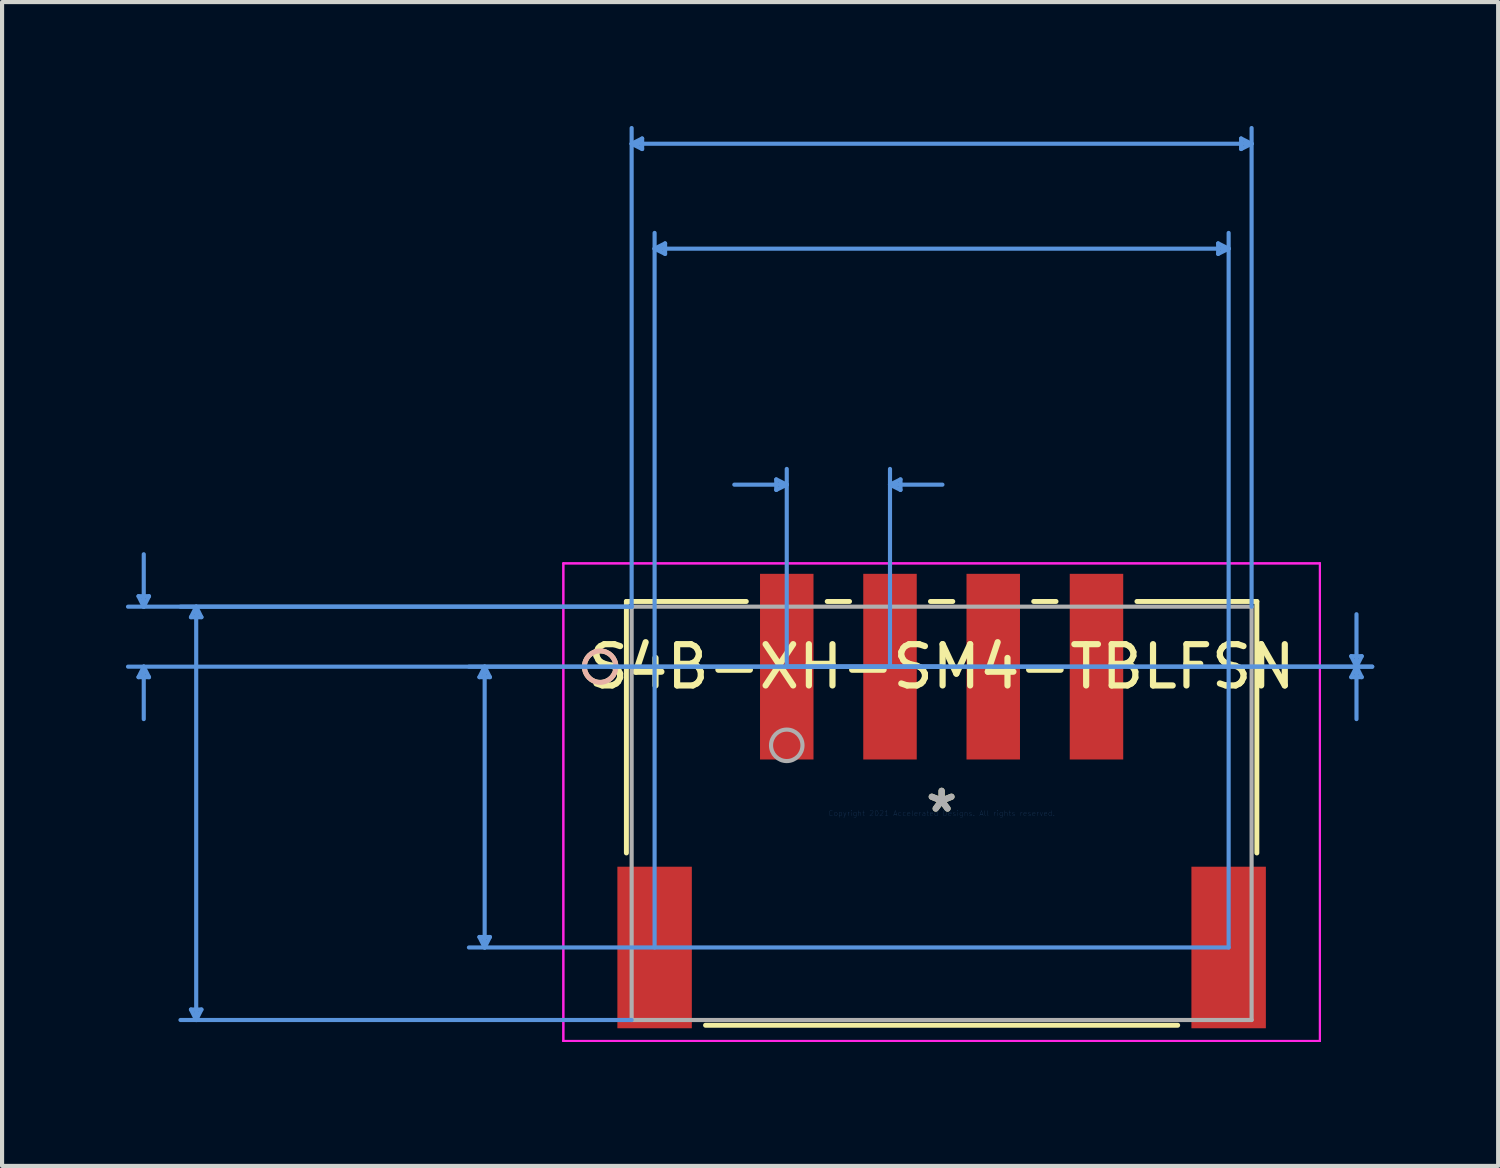
<source format=kicad_pcb>
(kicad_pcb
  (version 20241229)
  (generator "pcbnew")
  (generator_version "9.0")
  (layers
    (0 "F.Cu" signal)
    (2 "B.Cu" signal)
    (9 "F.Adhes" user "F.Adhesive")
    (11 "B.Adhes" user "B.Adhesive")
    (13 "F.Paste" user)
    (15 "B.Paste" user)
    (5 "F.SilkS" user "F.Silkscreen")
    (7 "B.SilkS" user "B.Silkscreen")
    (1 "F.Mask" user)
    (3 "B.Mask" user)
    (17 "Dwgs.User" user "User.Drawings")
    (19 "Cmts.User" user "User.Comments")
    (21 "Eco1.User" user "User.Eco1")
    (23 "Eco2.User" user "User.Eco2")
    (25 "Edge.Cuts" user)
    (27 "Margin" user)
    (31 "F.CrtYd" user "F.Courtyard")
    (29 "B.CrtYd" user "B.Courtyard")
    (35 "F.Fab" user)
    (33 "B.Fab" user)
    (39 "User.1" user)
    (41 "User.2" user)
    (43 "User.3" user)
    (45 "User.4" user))
  (footprint "S4B-XH-SM4-TBLFSN"
    (layer "F.Cu")
    (at 19.751 16.645)
    (property "Reference" "S4B-XH-SM4-TBLFSN" (at 0 -3.552 0) (layer "F.SilkS") (effects (font (size 1 1) (thickness 0.15))))
    (attr through_hole)
    (fp_line (start -7.633 -5.131) (end -7.633 0.959) (stroke (width 0.12) (type solid)) (layer "F.SilkS"))
    (fp_line (start -5.716 5.131) (end 5.716 5.131) (stroke (width 0.12) (type solid)) (layer "F.SilkS"))
    (fp_line (start -4.73 -5.131) (end -7.633 -5.131) (stroke (width 0.12) (type solid)) (layer "F.SilkS"))
    (fp_line (start -2.23 -5.131) (end -2.77 -5.131) (stroke (width 0.12) (type solid)) (layer "F.SilkS"))
    (fp_line (start 0.27 -5.131) (end -0.27 -5.131) (stroke (width 0.12) (type solid)) (layer "F.SilkS"))
    (fp_line (start 2.77 -5.131) (end 2.23 -5.131) (stroke (width 0.12) (type solid)) (layer "F.SilkS"))
    (fp_line (start 7.633 -5.131) (end 4.73 -5.131) (stroke (width 0.12) (type solid)) (layer "F.SilkS"))
    (fp_line (start 7.633 0.959) (end 7.633 -5.131) (stroke (width 0.12) (type solid)) (layer "F.SilkS"))
    (fp_circle (center -8.268 -3.552) (end -7.887 -3.552) (stroke (width 0.12) (type solid)) (fill no) (layer "F.SilkS"))
    (fp_circle (center -8.268 -3.552) (end -7.887 -3.552) (stroke (width 0.12) (type solid)) (fill no) (layer "B.SilkS"))
    (fp_line (start -19.447 -5.258) (end -19.193 -5.258) (stroke (width 0.1) (type solid)) (layer "Cmts.User"))
    (fp_line (start -19.447 -3.298) (end -19.193 -3.298) (stroke (width 0.1) (type solid)) (layer "Cmts.User"))
    (fp_line (start -19.32 -5.004) (end -19.447 -5.258) (stroke (width 0.1) (type solid)) (layer "Cmts.User"))
    (fp_line (start -19.32 -5.004) (end -19.32 -6.274) (stroke (width 0.1) (type solid)) (layer "Cmts.User"))
    (fp_line (start -19.32 -5.004) (end -19.193 -5.258) (stroke (width 0.1) (type solid)) (layer "Cmts.User"))
    (fp_line (start -19.32 -3.552) (end -19.447 -3.298) (stroke (width 0.1) (type solid)) (layer "Cmts.User"))
    (fp_line (start -19.32 -3.552) (end -19.32 -2.282) (stroke (width 0.1) (type solid)) (layer "Cmts.User"))
    (fp_line (start -19.32 -3.552) (end -19.193 -3.298) (stroke (width 0.1) (type solid)) (layer "Cmts.User"))
    (fp_line (start -18.177 -4.75) (end -17.923 -4.75) (stroke (width 0.1) (type solid)) (layer "Cmts.User"))
    (fp_line (start -18.177 4.75) (end -17.923 4.75) (stroke (width 0.1) (type solid)) (layer "Cmts.User"))
    (fp_line (start -18.05 -5.004) (end -18.177 -4.75) (stroke (width 0.1) (type solid)) (layer "Cmts.User"))
    (fp_line (start -18.05 -5.004) (end -18.05 5.004) (stroke (width 0.1) (type solid)) (layer "Cmts.User"))
    (fp_line (start -18.05 -5.004) (end -17.923 -4.75) (stroke (width 0.1) (type solid)) (layer "Cmts.User"))
    (fp_line (start -18.05 5.004) (end -18.177 4.75) (stroke (width 0.1) (type solid)) (layer "Cmts.User"))
    (fp_line (start -18.05 5.004) (end -17.923 4.75) (stroke (width 0.1) (type solid)) (layer "Cmts.User"))
    (fp_line (start -11.192 -3.298) (end -10.938 -3.298) (stroke (width 0.1) (type solid)) (layer "Cmts.User"))
    (fp_line (start -11.192 2.994) (end -10.938 2.994) (stroke (width 0.1) (type solid)) (layer "Cmts.User"))
    (fp_line (start -11.065 -3.552) (end -11.192 -3.298) (stroke (width 0.1) (type solid)) (layer "Cmts.User"))
    (fp_line (start -11.065 -3.552) (end -11.065 3.248) (stroke (width 0.1) (type solid)) (layer "Cmts.User"))
    (fp_line (start -11.065 -3.552) (end -10.938 -3.298) (stroke (width 0.1) (type solid)) (layer "Cmts.User"))
    (fp_line (start -11.065 3.248) (end -11.192 2.994) (stroke (width 0.1) (type solid)) (layer "Cmts.User"))
    (fp_line (start -11.065 3.248) (end -10.938 2.994) (stroke (width 0.1) (type solid)) (layer "Cmts.User"))
    (fp_line (start -7.506 -16.214) (end -7.252 -16.341) (stroke (width 0.1) (type solid)) (layer "Cmts.User"))
    (fp_line (start -7.506 -16.214) (end -7.252 -16.087) (stroke (width 0.1) (type solid)) (layer "Cmts.User"))
    (fp_line (start -7.506 -16.214) (end 7.506 -16.214) (stroke (width 0.1) (type solid)) (layer "Cmts.User"))
    (fp_line (start -7.506 -5.004) (end -19.701 -5.004) (stroke (width 0.1) (type solid)) (layer "Cmts.User"))
    (fp_line (start -7.506 -5.004) (end -18.431 -5.004) (stroke (width 0.1) (type solid)) (layer "Cmts.User"))
    (fp_line (start -7.506 -5.004) (end -7.506 -16.595) (stroke (width 0.1) (type solid)) (layer "Cmts.User"))
    (fp_line (start -7.506 5.004) (end -18.431 5.004) (stroke (width 0.1) (type solid)) (layer "Cmts.User"))
    (fp_line (start -7.252 -16.341) (end -7.252 -16.087) (stroke (width 0.1) (type solid)) (layer "Cmts.User"))
    (fp_line (start -6.95 -13.674) (end -6.696 -13.801) (stroke (width 0.1) (type solid)) (layer "Cmts.User"))
    (fp_line (start -6.95 -13.674) (end -6.696 -13.547) (stroke (width 0.1) (type solid)) (layer "Cmts.User"))
    (fp_line (start -6.95 -13.674) (end 6.95 -13.674) (stroke (width 0.1) (type solid)) (layer "Cmts.User"))
    (fp_line (start -6.95 3.248) (end -6.95 -14.055) (stroke (width 0.1) (type solid)) (layer "Cmts.User"))
    (fp_line (start -6.696 -13.801) (end -6.696 -13.547) (stroke (width 0.1) (type solid)) (layer "Cmts.User"))
    (fp_line (start -4.004 -8.086) (end -4.004 -7.832) (stroke (width 0.1) (type solid)) (layer "Cmts.User"))
    (fp_line (start -3.75 -7.959) (end -5.02 -7.959) (stroke (width 0.1) (type solid)) (layer "Cmts.User"))
    (fp_line (start -3.75 -7.959) (end -4.004 -8.086) (stroke (width 0.1) (type solid)) (layer "Cmts.User"))
    (fp_line (start -3.75 -7.959) (end -4.004 -7.832) (stroke (width 0.1) (type solid)) (layer "Cmts.User"))
    (fp_line (start -3.75 -3.552) (end -3.75 -8.34) (stroke (width 0.1) (type solid)) (layer "Cmts.User"))
    (fp_line (start -3.75 -3.552) (end 10.427 -3.552) (stroke (width 0.1) (type solid)) (layer "Cmts.User"))
    (fp_line (start -3.75 -3.552) (end 10.427 -3.552) (stroke (width 0.1) (type solid)) (layer "Cmts.User"))
    (fp_line (start -1.25 -7.959) (end -0.996 -8.086) (stroke (width 0.1) (type solid)) (layer "Cmts.User"))
    (fp_line (start -1.25 -7.959) (end -0.996 -7.832) (stroke (width 0.1) (type solid)) (layer "Cmts.User"))
    (fp_line (start -1.25 -7.959) (end 0.02 -7.959) (stroke (width 0.1) (type solid)) (layer "Cmts.User"))
    (fp_line (start -1.25 -3.552) (end -1.25 -8.34) (stroke (width 0.1) (type solid)) (layer "Cmts.User"))
    (fp_line (start -0.996 -8.086) (end -0.996 -7.832) (stroke (width 0.1) (type solid)) (layer "Cmts.User"))
    (fp_line (start 0 -3.552) (end -19.701 -3.552) (stroke (width 0.1) (type solid)) (layer "Cmts.User"))
    (fp_line (start 0 -3.552) (end -11.446 -3.552) (stroke (width 0.1) (type solid)) (layer "Cmts.User"))
    (fp_line (start 6.696 -13.801) (end 6.696 -13.547) (stroke (width 0.1) (type solid)) (layer "Cmts.User"))
    (fp_line (start 6.95 -13.674) (end 6.696 -13.801) (stroke (width 0.1) (type solid)) (layer "Cmts.User"))
    (fp_line (start 6.95 -13.674) (end 6.696 -13.547) (stroke (width 0.1) (type solid)) (layer "Cmts.User"))
    (fp_line (start 6.95 3.248) (end -11.446 3.248) (stroke (width 0.1) (type solid)) (layer "Cmts.User"))
    (fp_line (start 6.95 3.248) (end 6.95 -14.055) (stroke (width 0.1) (type solid)) (layer "Cmts.User"))
    (fp_line (start 7.252 -16.341) (end 7.252 -16.087) (stroke (width 0.1) (type solid)) (layer "Cmts.User"))
    (fp_line (start 7.506 -16.214) (end 7.252 -16.341) (stroke (width 0.1) (type solid)) (layer "Cmts.User"))
    (fp_line (start 7.506 -16.214) (end 7.252 -16.087) (stroke (width 0.1) (type solid)) (layer "Cmts.User"))
    (fp_line (start 7.506 -5.004) (end 7.506 -16.595) (stroke (width 0.1) (type solid)) (layer "Cmts.User"))
    (fp_line (start 9.919 -3.806) (end 10.173 -3.806) (stroke (width 0.1) (type solid)) (layer "Cmts.User"))
    (fp_line (start 9.919 -3.298) (end 10.173 -3.298) (stroke (width 0.1) (type solid)) (layer "Cmts.User"))
    (fp_line (start 10.046 -3.552) (end 9.919 -3.806) (stroke (width 0.1) (type solid)) (layer "Cmts.User"))
    (fp_line (start 10.046 -3.552) (end 9.919 -3.298) (stroke (width 0.1) (type solid)) (layer "Cmts.User"))
    (fp_line (start 10.046 -3.552) (end 10.046 -4.822) (stroke (width 0.1) (type solid)) (layer "Cmts.User"))
    (fp_line (start 10.046 -3.552) (end 10.046 -2.282) (stroke (width 0.1) (type solid)) (layer "Cmts.User"))
    (fp_line (start 10.046 -3.552) (end 10.173 -3.806) (stroke (width 0.1) (type solid)) (layer "Cmts.User"))
    (fp_line (start 10.046 -3.552) (end 10.173 -3.298) (stroke (width 0.1) (type solid)) (layer "Cmts.User"))
    (fp_line (start -9.16 -6.054) (end -9.16 5.512) (stroke (width 0.05) (type solid)) (layer "F.CrtYd"))
    (fp_line (start -9.16 -6.054) (end -9.16 5.512) (stroke (width 0.05) (type solid)) (layer "F.CrtYd"))
    (fp_line (start -9.16 5.512) (end 9.16 5.512) (stroke (width 0.05) (type solid)) (layer "F.CrtYd"))
    (fp_line (start -9.16 5.512) (end 9.16 5.512) (stroke (width 0.05) (type solid)) (layer "F.CrtYd"))
    (fp_line (start 9.16 -6.054) (end -9.16 -6.054) (stroke (width 0.05) (type solid)) (layer "F.CrtYd"))
    (fp_line (start 9.16 -6.054) (end -9.16 -6.054) (stroke (width 0.05) (type solid)) (layer "F.CrtYd"))
    (fp_line (start 9.16 5.512) (end 9.16 -6.054) (stroke (width 0.05) (type solid)) (layer "F.CrtYd"))
    (fp_line (start 9.16 5.512) (end 9.16 -6.054) (stroke (width 0.05) (type solid)) (layer "F.CrtYd"))
    (fp_line (start -7.506 -5.004) (end -7.506 5.004) (stroke (width 0.1) (type solid)) (layer "F.Fab"))
    (fp_line (start -7.506 5.004) (end 7.506 5.004) (stroke (width 0.1) (type solid)) (layer "F.Fab"))
    (fp_line (start 7.506 -5.004) (end -7.506 -5.004) (stroke (width 0.1) (type solid)) (layer "F.Fab"))
    (fp_line (start 7.506 5.004) (end 7.506 -5.004) (stroke (width 0.1) (type solid)) (layer "F.Fab"))
    (fp_circle (center -3.75 -1.647) (end -3.369 -1.647) (stroke (width 0.1) (type solid)) (fill no) (layer "F.Fab"))
    (fp_text user "*" (at 0 0 0) (layer "F.SilkS") (effects (font (size 1 1) (thickness 0.15))))
    (fp_text user "Copyright 2021 Accelerated Designs. All rights reserved." (at 0 0 0) (layer "Cmts.User") (effects (font (size 0.127 0.127) (thickness 0.002))))
    (fp_text user "*" (at 0 0 0) (layer "F.Fab") (effects (font (size 1 1) (thickness 0.15))))
    (pad "1" smd rect (at -3.75 -3.552) (size 1.295 4.496) (layers "F.Cu" "F.Mask" "F.Paste"))
    (pad "2" smd rect (at -1.25 -3.552) (size 1.295 4.496) (layers "F.Cu" "F.Mask" "F.Paste"))
    (pad "3" smd rect (at 1.25 -3.552) (size 1.295 4.496) (layers "F.Cu" "F.Mask" "F.Paste"))
    (pad "4" smd rect (at 3.75 -3.552) (size 1.295 4.496) (layers "F.Cu" "F.Mask" "F.Paste"))
    (pad "5" smd rect (at -6.95 3.248 90) (size 3.912 1.803) (layers "F.Cu" "F.Mask" "F.Paste"))
    (pad "6" smd rect (at 6.95 3.248 90) (size 3.912 1.803) (layers "F.Cu" "F.Mask" "F.Paste")))
  (gr_rect
    (start -3 -3)
    (end 33.227 25.182)
    (stroke (width 0.1) (type default))
    (fill no)
    (layer "Edge.Cuts")))
</source>
